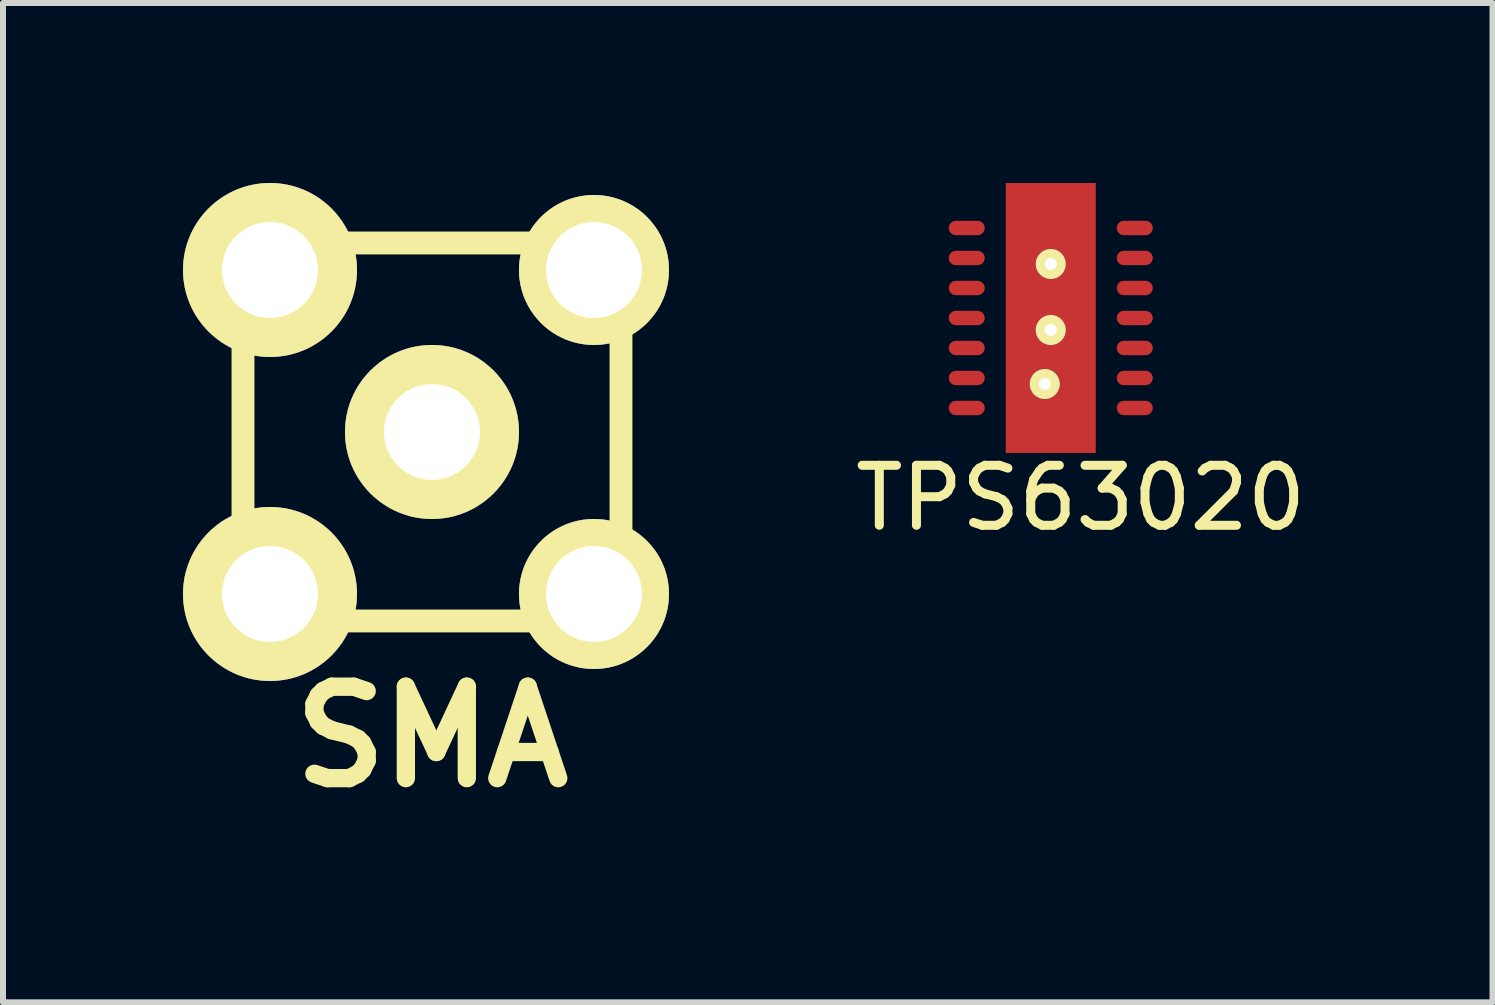
<source format=kicad_pcb>
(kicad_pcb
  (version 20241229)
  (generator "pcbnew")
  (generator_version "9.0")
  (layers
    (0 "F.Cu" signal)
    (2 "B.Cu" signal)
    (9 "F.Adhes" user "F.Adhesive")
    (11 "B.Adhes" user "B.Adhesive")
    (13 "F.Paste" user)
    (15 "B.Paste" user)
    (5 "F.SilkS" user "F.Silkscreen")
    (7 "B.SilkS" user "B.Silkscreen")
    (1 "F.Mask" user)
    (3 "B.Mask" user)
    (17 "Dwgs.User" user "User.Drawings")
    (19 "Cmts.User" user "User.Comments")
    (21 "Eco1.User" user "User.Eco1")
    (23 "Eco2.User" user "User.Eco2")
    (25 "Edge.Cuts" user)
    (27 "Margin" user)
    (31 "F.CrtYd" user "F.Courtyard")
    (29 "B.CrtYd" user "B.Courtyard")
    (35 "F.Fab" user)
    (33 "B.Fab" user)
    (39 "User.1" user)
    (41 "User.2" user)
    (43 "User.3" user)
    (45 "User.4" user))
  (footprint "SMA"
    (layer "F.Cu")
    (at 4.15 4.15)
    (property "Reference" "SMA" (at 0 5.08 0) (layer "F.SilkS") (effects (font (size 1.524 1.524) (thickness 0.305))))
    (attr through_hole)
    (fp_line (start -3.15 -3.15) (end 3.15 -3.15) (stroke (width 0.381) (type solid)) (layer "F.SilkS"))
    (fp_line (start -3.15 3.15) (end -3.15 -3.15) (stroke (width 0.381) (type solid)) (layer "F.SilkS"))
    (fp_line (start 3.15 -3.15) (end 3.15 3.15) (stroke (width 0.381) (type solid)) (layer "F.SilkS"))
    (fp_line (start 3.15 3.15) (end -3.15 3.15) (stroke (width 0.381) (type solid)) (layer "F.SilkS"))
    (pad "1" thru_hole circle (at 0 0) (size 2.9 2.9) (drill 1.6) (layers "*.Cu" "*.Mask" "F.SilkS"))
    (pad "2" thru_hole circle (at -2.7 -2.7) (size 2.9 2.9) (drill 1.6) (layers "*.Cu" "*.Mask" "F.SilkS"))
    (pad "3" thru_hole circle (at 2.7 -2.7) (size 2.5 2.5) (drill 1.6) (layers "*.Cu" "*.Mask" "F.SilkS"))
    (pad "4" thru_hole circle (at 2.7 2.7) (size 2.5 2.5) (drill 1.6) (layers "*.Cu" "*.Mask" "F.SilkS"))
    (pad "5" thru_hole circle (at -2.7 2.7) (size 2.9 2.9) (drill 1.6) (layers "*.Cu" "*.Mask" "F.SilkS")))
  (footprint "TPS63020"
    (layer "F.Cu")
    (at 14.463 2.25)
    (property "Reference" "TPS63020" (at 0.5 3 0) (layer "F.SilkS") (effects (font (size 1 1) (thickness 0.15))))
    (attr through_hole)
    (pad "1" smd oval (at -1.4 -1.5) (size 0.6 0.24) (layers "F.Cu" "F.Mask" "F.Paste"))
    (pad "2" smd oval (at -1.4 -1) (size 0.6 0.24) (layers "F.Cu" "F.Mask" "F.Paste"))
    (pad "3" smd oval (at -1.4 -0.5) (size 0.6 0.24) (layers "F.Cu" "F.Mask" "F.Paste"))
    (pad "4" smd oval (at -1.4 0) (size 0.6 0.24) (layers "F.Cu" "F.Mask" "F.Paste"))
    (pad "5" smd oval (at -1.4 0.5) (size 0.6 0.24) (layers "F.Cu" "F.Mask" "F.Paste"))
    (pad "6" smd oval (at -1.4 1) (size 0.6 0.24) (layers "F.Cu" "F.Mask" "F.Paste"))
    (pad "7" smd oval (at -1.4 1.5) (size 0.6 0.24) (layers "F.Cu" "F.Mask" "F.Paste"))
    (pad "8" smd oval (at 1.4 1.5) (size 0.6 0.24) (layers "F.Cu" "F.Mask" "F.Paste"))
    (pad "9" smd oval (at 1.4 1) (size 0.6 0.24) (layers "F.Cu" "F.Mask" "F.Paste"))
    (pad "10" smd oval (at 1.4 0.5) (size 0.6 0.24) (layers "F.Cu" "F.Mask" "F.Paste"))
    (pad "11" smd oval (at 1.4 0) (size 0.6 0.24) (layers "F.Cu" "F.Mask" "F.Paste"))
    (pad "12" smd oval (at 1.4 -0.5) (size 0.6 0.24) (layers "F.Cu" "F.Mask" "F.Paste"))
    (pad "13" smd oval (at 1.4 -1) (size 0.6 0.24) (layers "F.Cu" "F.Mask" "F.Paste"))
    (pad "14" smd oval (at 1.4 -1.5) (size 0.6 0.24) (layers "F.Cu" "F.Mask" "F.Paste"))
    (pad "PAD" thru_hole circle (at -0.1 1.1) (size 0.5 0.5) (drill 0.2) (layers "*.Cu" "*.Mask" "F.SilkS"))
    (pad "PAD" thru_hole circle (at 0 -0.9) (size 0.5 0.5) (drill 0.2) (layers "*.Cu" "*.Mask" "F.SilkS"))
    (pad "PAD" smd rect (at 0 0) (size 1.5 4.5) (layers "F.Cu" "F.Mask" "F.Paste"))
    (pad "PAD" thru_hole circle (at 0 0.2) (size 0.5 0.5) (drill 0.2) (layers "*.Cu" "*.Mask" "F.SilkS")))
  (gr_rect
    (start -3 -3)
    (end 21.826 13.656)
    (stroke (width 0.1) (type default))
    (fill no)
    (layer "Edge.Cuts")))
</source>
